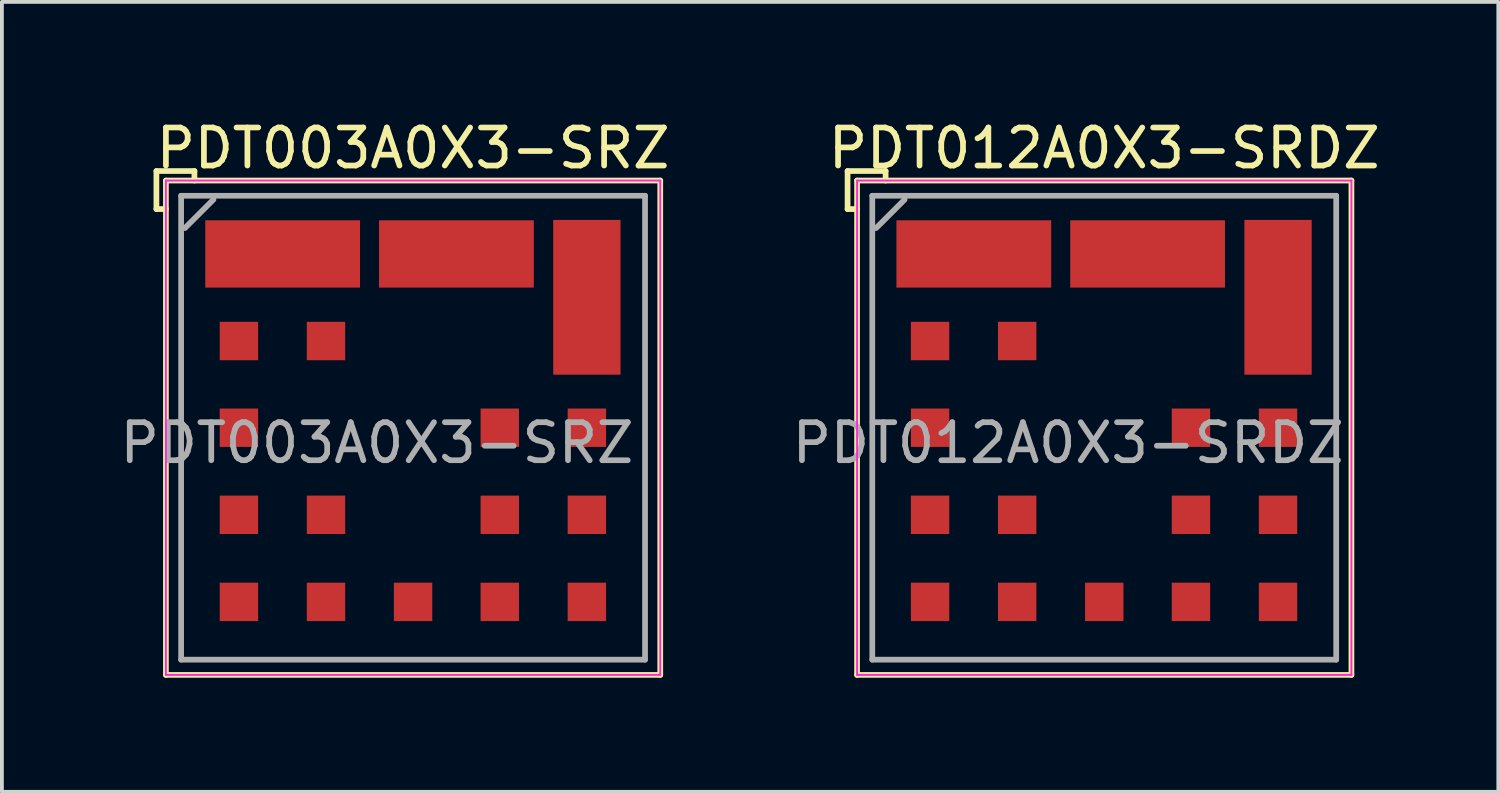
<source format=kicad_pcb>
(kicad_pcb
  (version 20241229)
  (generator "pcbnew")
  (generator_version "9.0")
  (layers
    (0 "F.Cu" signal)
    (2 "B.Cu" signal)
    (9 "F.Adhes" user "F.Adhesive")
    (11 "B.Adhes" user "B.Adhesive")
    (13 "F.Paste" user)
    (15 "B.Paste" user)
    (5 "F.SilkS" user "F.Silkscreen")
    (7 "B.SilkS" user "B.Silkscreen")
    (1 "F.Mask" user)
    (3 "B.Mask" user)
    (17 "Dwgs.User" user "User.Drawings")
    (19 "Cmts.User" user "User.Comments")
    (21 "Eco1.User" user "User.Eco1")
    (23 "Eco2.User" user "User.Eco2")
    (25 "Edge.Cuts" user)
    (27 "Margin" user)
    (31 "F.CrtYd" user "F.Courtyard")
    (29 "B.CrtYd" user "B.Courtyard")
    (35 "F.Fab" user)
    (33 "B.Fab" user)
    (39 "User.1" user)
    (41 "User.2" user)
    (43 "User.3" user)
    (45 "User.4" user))
  (footprint "PDT003A0X3-SRZ"
    (layer "F.Cu")
    (at 7.813 8.198)
    (property "Reference" "PDT003A0X3-SRZ" (at 0 -7.35 0) (layer "F.SilkS") (effects (font (size 1 1) (thickness 0.15))))
    (attr smd)
    (fp_line (start -6.75 -6.75) (end -5.75 -6.75) (stroke (width 0.15) (type solid)) (layer "F.SilkS"))
    (fp_line (start -6.75 -5.75) (end -6.75 -6.75) (stroke (width 0.15) (type solid)) (layer "F.SilkS"))
    (fp_line (start -6.5 -6.5) (end 6.5 -6.5) (stroke (width 0.15) (type solid)) (layer "F.SilkS"))
    (fp_line (start -6.5 -5.75) (end -6.75 -5.75) (stroke (width 0.15) (type solid)) (layer "F.SilkS"))
    (fp_line (start -6.5 6.5) (end -6.5 -6.5) (stroke (width 0.15) (type solid)) (layer "F.SilkS"))
    (fp_line (start -5.75 -6.75) (end -5.75 -6.5) (stroke (width 0.15) (type solid)) (layer "F.SilkS"))
    (fp_line (start 6.5 -6.5) (end 6.5 6.5) (stroke (width 0.15) (type solid)) (layer "F.SilkS"))
    (fp_line (start 6.5 6.5) (end -6.5 6.5) (stroke (width 0.15) (type solid)) (layer "F.SilkS"))
    (fp_line (start -6.5 -6.5) (end 6.5 -6.5) (stroke (width 0.05) (type solid)) (layer "F.CrtYd"))
    (fp_line (start -6.5 6.5) (end -6.5 -6.5) (stroke (width 0.05) (type solid)) (layer "F.CrtYd"))
    (fp_line (start 6.5 -6.5) (end 6.5 6.5) (stroke (width 0.05) (type solid)) (layer "F.CrtYd"))
    (fp_line (start 6.5 6.5) (end -6.5 6.5) (stroke (width 0.05) (type solid)) (layer "F.CrtYd"))
    (fp_line (start -6.1 -6.1) (end 6.1 -6.1) (stroke (width 0.15) (type solid)) (layer "F.Fab"))
    (fp_line (start -6.1 6.1) (end -6.1 -6.1) (stroke (width 0.15) (type solid)) (layer "F.Fab"))
    (fp_line (start -6 -5.25) (end -5.25 -6) (stroke (width 0.15) (type solid)) (layer "F.Fab"))
    (fp_line (start 6.1 -6.1) (end 6.1 6.1) (stroke (width 0.15) (type solid)) (layer "F.Fab"))
    (fp_line (start 6.1 6.1) (end -6.1 6.1) (stroke (width 0.15) (type solid)) (layer "F.Fab"))
    (fp_text user "${REFERENCE}" (at -0.95 0.4 0) (layer "F.Fab") (effects (font (size 1 1) (thickness 0.15))))
    (pad "1" smd rect (at -4.58 0) (size 1.01 1.01) (layers "F.Cu" "F.Mask" "F.Paste"))
    (pad "2" smd rect (at -3.43 -4.57 90) (size 1.77 4.07) (layers "F.Cu" "F.Mask" "F.Paste"))
    (pad "3" smd rect (at 1.14 -4.57 90) (size 1.77 4.07) (layers "F.Cu" "F.Mask" "F.Paste"))
    (pad "4" smd rect (at 4.57 -3.43) (size 1.77 4.07) (layers "F.Cu" "F.Mask" "F.Paste"))
    (pad "5" smd rect (at 4.57 0) (size 1.01 1.01) (layers "F.Cu" "F.Mask" "F.Paste"))
    (pad "6" smd rect (at 4.57 4.58) (size 1.01 1.01) (layers "F.Cu" "F.Mask" "F.Paste"))
    (pad "7" smd rect (at 0 4.58) (size 1.01 1.01) (layers "F.Cu" "F.Mask" "F.Paste"))
    (pad "8" smd rect (at -2.29 4.58) (size 1.01 1.01) (layers "F.Cu" "F.Mask" "F.Paste"))
    (pad "9" smd rect (at -4.58 4.58) (size 1.01 1.01) (layers "F.Cu" "F.Mask" "F.Paste"))
    (pad "10" smd rect (at -4.58 2.29) (size 1.01 1.01) (layers "F.Cu" "F.Mask" "F.Paste"))
    (pad "11" smd rect (at -2.29 2.29) (size 1.01 1.01) (layers "F.Cu" "F.Mask" "F.Paste"))
    (pad "12" smd rect (at 2.28 2.29) (size 1.01 1.01) (layers "F.Cu" "F.Mask" "F.Paste"))
    (pad "13" smd rect (at 2.28 0) (size 1.01 1.01) (layers "F.Cu" "F.Mask" "F.Paste"))
    (pad "14" smd rect (at 4.57 2.29) (size 1.01 1.01) (layers "F.Cu" "F.Mask" "F.Paste"))
    (pad "15" smd rect (at 2.28 4.58) (size 1.01 1.01) (layers "F.Cu" "F.Mask" "F.Paste"))
    (pad "16" smd rect (at -4.58 -2.28) (size 1.01 1.01) (layers "F.Cu" "F.Mask" "F.Paste"))
    (pad "17" smd rect (at -2.29 -2.28) (size 1.01 1.01) (layers "F.Cu" "F.Mask" "F.Paste")))
  (footprint "PDT012A0X3-SRDZ"
    (layer "F.Cu")
    (at 25.989 8.198)
    (property "Reference" "PDT012A0X3-SRDZ" (at 0 -7.35 0) (layer "F.SilkS") (effects (font (size 1 1) (thickness 0.15))))
    (attr smd)
    (fp_line (start -6.75 -6.75) (end -5.75 -6.75) (stroke (width 0.15) (type solid)) (layer "F.SilkS"))
    (fp_line (start -6.75 -5.75) (end -6.75 -6.75) (stroke (width 0.15) (type solid)) (layer "F.SilkS"))
    (fp_line (start -6.5 -6.5) (end 6.5 -6.5) (stroke (width 0.15) (type solid)) (layer "F.SilkS"))
    (fp_line (start -6.5 -5.75) (end -6.75 -5.75) (stroke (width 0.15) (type solid)) (layer "F.SilkS"))
    (fp_line (start -6.5 6.5) (end -6.5 -6.5) (stroke (width 0.15) (type solid)) (layer "F.SilkS"))
    (fp_line (start -5.75 -6.75) (end -5.75 -6.5) (stroke (width 0.15) (type solid)) (layer "F.SilkS"))
    (fp_line (start 6.5 -6.5) (end 6.5 6.5) (stroke (width 0.15) (type solid)) (layer "F.SilkS"))
    (fp_line (start 6.5 6.5) (end -6.5 6.5) (stroke (width 0.15) (type solid)) (layer "F.SilkS"))
    (fp_line (start -6.5 -6.5) (end 6.5 -6.5) (stroke (width 0.05) (type solid)) (layer "F.CrtYd"))
    (fp_line (start -6.5 6.5) (end -6.5 -6.5) (stroke (width 0.05) (type solid)) (layer "F.CrtYd"))
    (fp_line (start 6.5 -6.5) (end 6.5 6.5) (stroke (width 0.05) (type solid)) (layer "F.CrtYd"))
    (fp_line (start 6.5 6.5) (end -6.5 6.5) (stroke (width 0.05) (type solid)) (layer "F.CrtYd"))
    (fp_line (start -6.1 -6.1) (end 6.1 -6.1) (stroke (width 0.15) (type solid)) (layer "F.Fab"))
    (fp_line (start -6.1 6.1) (end -6.1 -6.1) (stroke (width 0.15) (type solid)) (layer "F.Fab"))
    (fp_line (start -6 -5.25) (end -5.25 -6) (stroke (width 0.15) (type solid)) (layer "F.Fab"))
    (fp_line (start 6.1 -6.1) (end 6.1 6.1) (stroke (width 0.15) (type solid)) (layer "F.Fab"))
    (fp_line (start 6.1 6.1) (end -6.1 6.1) (stroke (width 0.15) (type solid)) (layer "F.Fab"))
    (fp_text user "${REFERENCE}" (at -0.95 0.4 0) (layer "F.Fab") (effects (font (size 1 1) (thickness 0.15))))
    (pad "1" smd rect (at -4.58 0) (size 1.01 1.01) (layers "F.Cu" "F.Mask" "F.Paste"))
    (pad "2" smd rect (at -3.43 -4.57 90) (size 1.77 4.07) (layers "F.Cu" "F.Mask" "F.Paste"))
    (pad "3" smd rect (at 1.14 -4.57 90) (size 1.77 4.07) (layers "F.Cu" "F.Mask" "F.Paste"))
    (pad "4" smd rect (at 4.57 -3.43) (size 1.77 4.07) (layers "F.Cu" "F.Mask" "F.Paste"))
    (pad "5" smd rect (at 4.57 0) (size 1.01 1.01) (layers "F.Cu" "F.Mask" "F.Paste"))
    (pad "6" smd rect (at 4.57 4.58) (size 1.01 1.01) (layers "F.Cu" "F.Mask" "F.Paste"))
    (pad "7" smd rect (at 0 4.58) (size 1.01 1.01) (layers "F.Cu" "F.Mask" "F.Paste"))
    (pad "8" smd rect (at -2.29 4.58) (size 1.01 1.01) (layers "F.Cu" "F.Mask" "F.Paste"))
    (pad "9" smd rect (at -4.58 4.58) (size 1.01 1.01) (layers "F.Cu" "F.Mask" "F.Paste"))
    (pad "10" smd rect (at -4.58 2.29) (size 1.01 1.01) (layers "F.Cu" "F.Mask" "F.Paste"))
    (pad "11" smd rect (at -2.29 2.29) (size 1.01 1.01) (layers "F.Cu" "F.Mask" "F.Paste"))
    (pad "12" smd rect (at 2.28 2.29) (size 1.01 1.01) (layers "F.Cu" "F.Mask" "F.Paste"))
    (pad "13" smd rect (at 2.28 0) (size 1.01 1.01) (layers "F.Cu" "F.Mask" "F.Paste"))
    (pad "14" smd rect (at 4.57 2.29) (size 1.01 1.01) (layers "F.Cu" "F.Mask" "F.Paste"))
    (pad "15" smd rect (at 2.28 4.58) (size 1.01 1.01) (layers "F.Cu" "F.Mask" "F.Paste"))
    (pad "16" smd rect (at -4.58 -2.28) (size 1.01 1.01) (layers "F.Cu" "F.Mask" "F.Paste"))
    (pad "17" smd rect (at -2.29 -2.28) (size 1.01 1.01) (layers "F.Cu" "F.Mask" "F.Paste")))
  (gr_rect
    (start -3 -3)
    (end 36.352 17.773)
    (stroke (width 0.1) (type default))
    (fill no)
    (layer "Edge.Cuts")))
</source>
